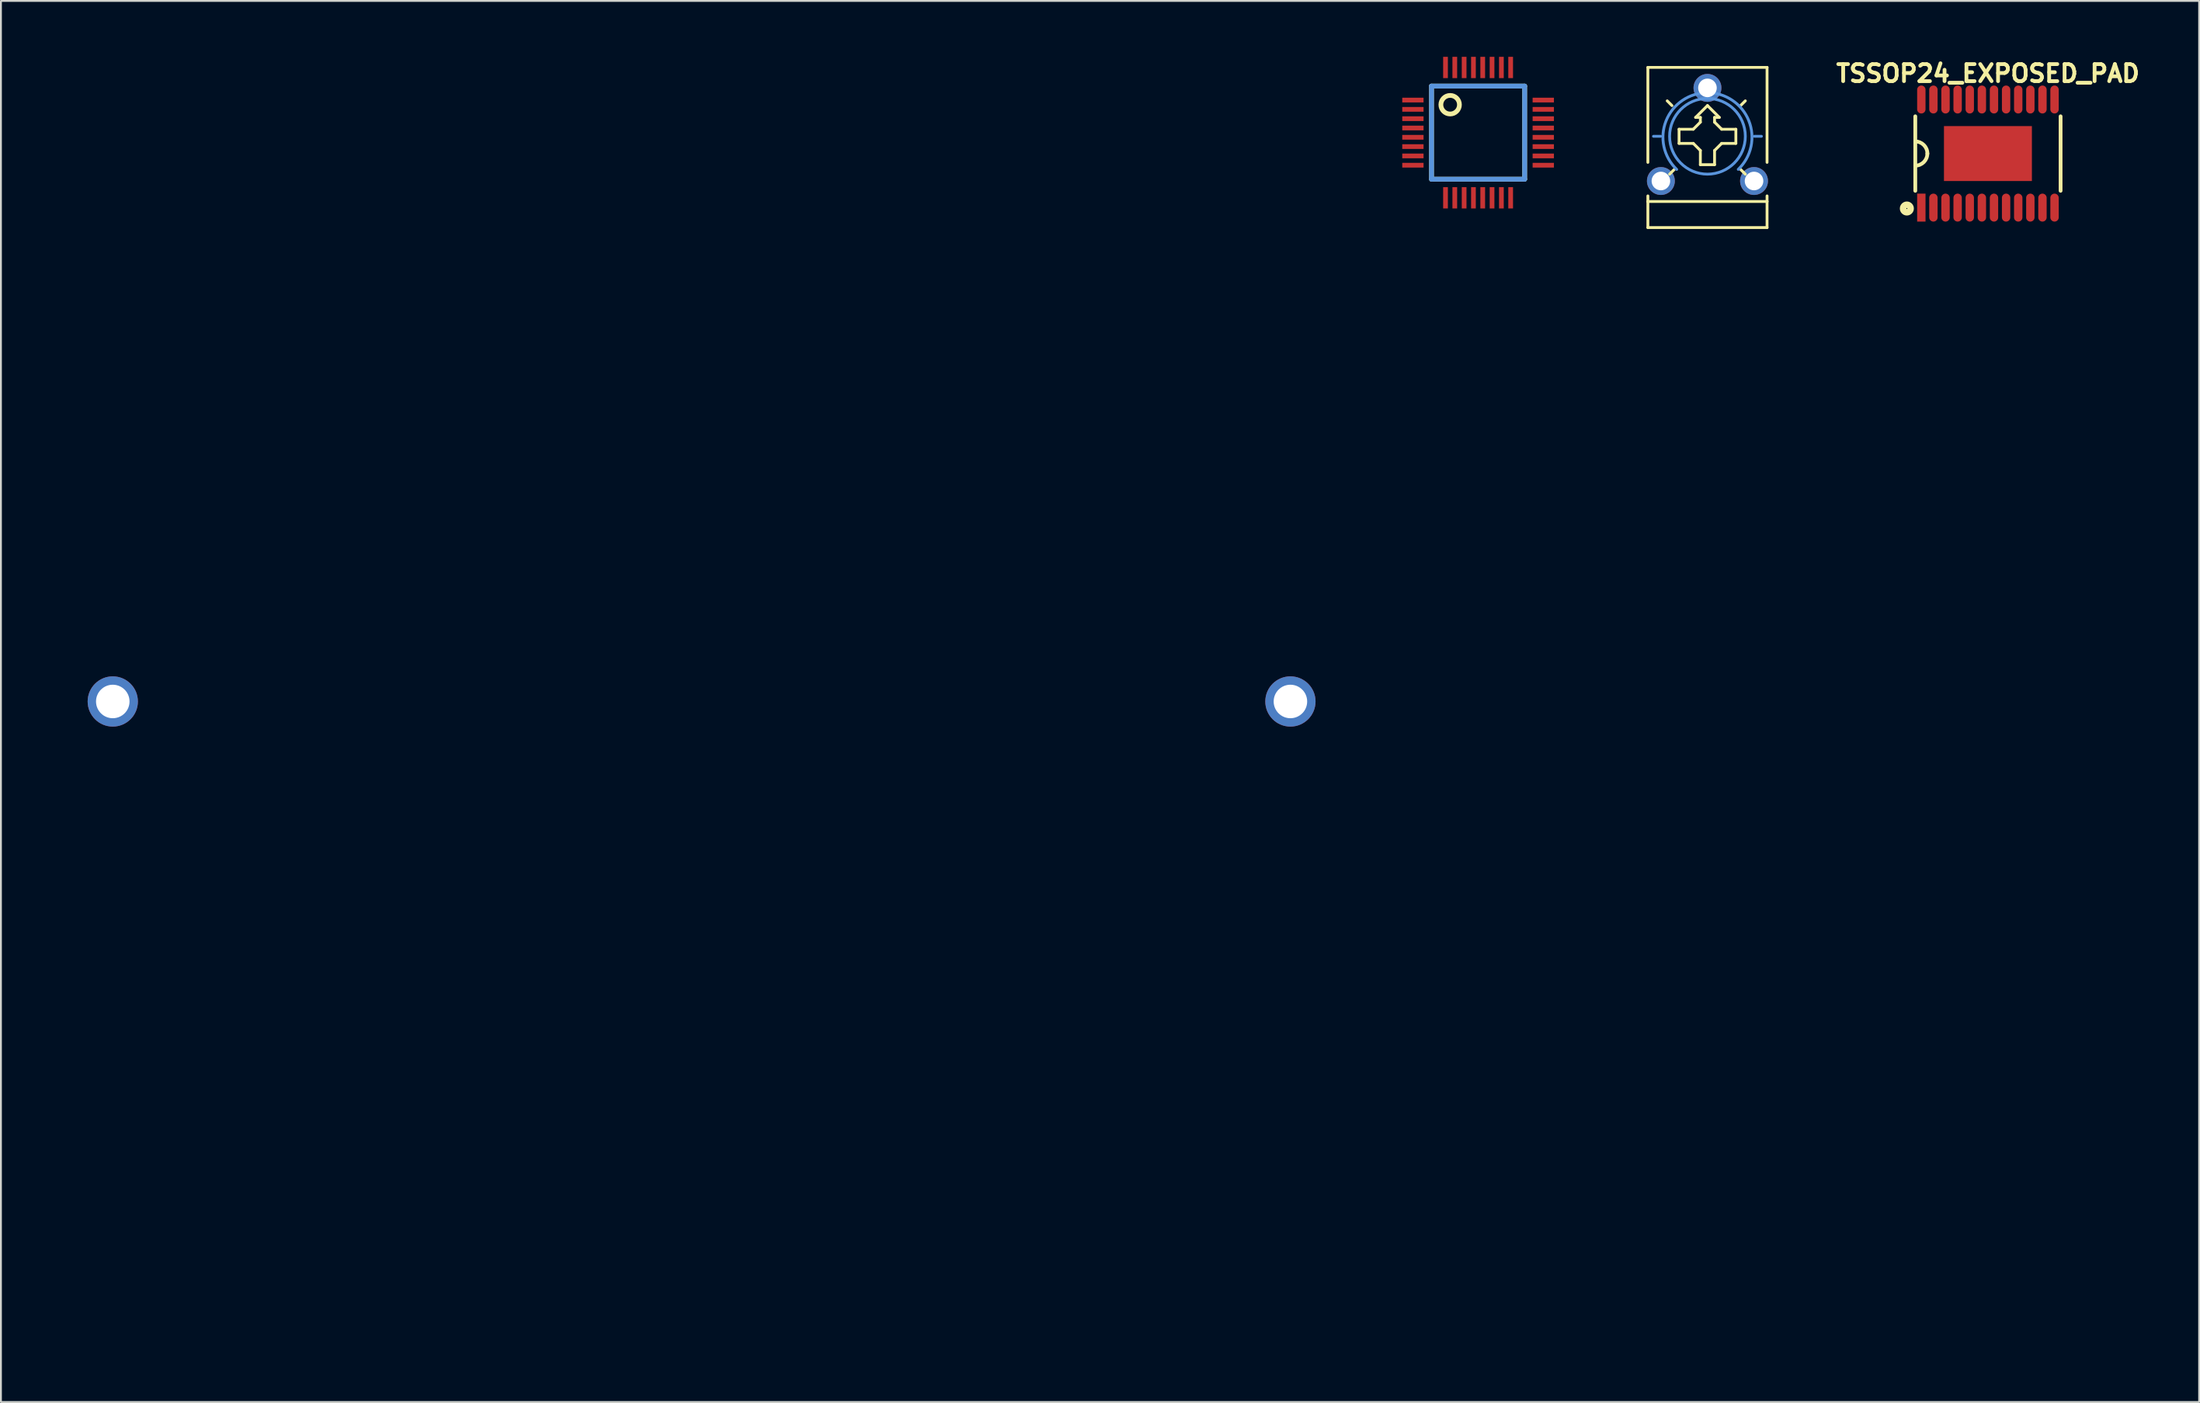
<source format=kicad_pcb>
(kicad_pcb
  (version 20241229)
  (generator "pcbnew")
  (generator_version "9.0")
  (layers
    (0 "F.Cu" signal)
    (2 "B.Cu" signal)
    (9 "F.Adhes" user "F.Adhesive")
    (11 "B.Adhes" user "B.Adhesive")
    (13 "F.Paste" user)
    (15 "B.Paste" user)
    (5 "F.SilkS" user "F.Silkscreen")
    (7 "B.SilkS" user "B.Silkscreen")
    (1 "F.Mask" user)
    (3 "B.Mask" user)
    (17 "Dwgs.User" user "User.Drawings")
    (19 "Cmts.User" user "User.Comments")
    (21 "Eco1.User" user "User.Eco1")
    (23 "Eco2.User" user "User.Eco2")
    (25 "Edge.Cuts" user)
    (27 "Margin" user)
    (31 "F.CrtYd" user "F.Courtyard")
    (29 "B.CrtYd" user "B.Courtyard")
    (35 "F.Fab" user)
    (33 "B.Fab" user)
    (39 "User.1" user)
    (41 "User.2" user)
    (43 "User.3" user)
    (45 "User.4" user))
  (footprint "TSSOP24_EXPOSED_PAD"
    (layer "F.Cu")
    (at 103.629 5.192)
    (property "Reference" "TSSOP24_EXPOSED_PAD" (at 0 -4.3 0) (layer "F.SilkS") (effects (font (size 0.914 0.914) (thickness 0.203))))
    (attr smd)
    (fp_line (start -3.899 -1.999) (end -3.899 1.999) (stroke (width 0.201) (type solid)) (layer "F.SilkS"))
    (fp_line (start 3.899 -1.999) (end 3.899 1.999) (stroke (width 0.201) (type solid)) (layer "F.SilkS"))
    (fp_arc (start -3.8989 -0.65024) (mid -3.439111 -0.459789) (end -3.24866 0) (stroke (width 0.20066) (type solid)) (layer "F.SilkS"))
    (fp_arc (start -3.2512 0) (mid -3.440907 0.457993) (end -3.8989 0.6477) (stroke (width 0.20066) (type solid)) (layer "F.SilkS"))
    (fp_circle (center -4.351 2.949) (end -4.15 2.949) (stroke (width 0.351) (type solid)) (fill no) (layer "F.SilkS"))
    (pad "1" smd rect (at -3.574 2.901) (size 0.45 1.501) (layers "F.Cu" "F.Mask" "F.Paste"))
    (pad "2" smd oval (at -2.926 2.901) (size 0.45 1.501) (layers "F.Cu" "F.Mask" "F.Paste"))
    (pad "3" smd oval (at -2.276 2.901) (size 0.45 1.501) (layers "F.Cu" "F.Mask" "F.Paste"))
    (pad "4" smd oval (at -1.626 2.901) (size 0.45 1.501) (layers "F.Cu" "F.Mask" "F.Paste"))
    (pad "5" smd oval (at -0.975 2.901) (size 0.45 1.501) (layers "F.Cu" "F.Mask" "F.Paste"))
    (pad "6" smd oval (at -0.325 2.901) (size 0.45 1.501) (layers "F.Cu" "F.Mask" "F.Paste"))
    (pad "7" smd oval (at 0.325 2.901) (size 0.45 1.501) (layers "F.Cu" "F.Mask" "F.Paste"))
    (pad "8" smd oval (at 0.975 2.901) (size 0.45 1.501) (layers "F.Cu" "F.Mask" "F.Paste"))
    (pad "9" smd oval (at 1.626 2.901) (size 0.45 1.501) (layers "F.Cu" "F.Mask" "F.Paste"))
    (pad "10" smd oval (at 2.276 2.901) (size 0.45 1.501) (layers "F.Cu" "F.Mask" "F.Paste"))
    (pad "11" smd oval (at 2.926 2.901) (size 0.45 1.501) (layers "F.Cu" "F.Mask" "F.Paste"))
    (pad "12" smd oval (at 3.574 2.901) (size 0.45 1.501) (layers "F.Cu" "F.Mask" "F.Paste"))
    (pad "13" smd oval (at 3.574 -2.901) (size 0.45 1.501) (layers "F.Cu" "F.Mask" "F.Paste"))
    (pad "14" smd oval (at 2.926 -2.901) (size 0.45 1.501) (layers "F.Cu" "F.Mask" "F.Paste"))
    (pad "15" smd oval (at 2.276 -2.901) (size 0.45 1.501) (layers "F.Cu" "F.Mask" "F.Paste"))
    (pad "16" smd oval (at 1.626 -2.901) (size 0.45 1.501) (layers "F.Cu" "F.Mask" "F.Paste"))
    (pad "17" smd oval (at 0.975 -2.901) (size 0.45 1.501) (layers "F.Cu" "F.Mask" "F.Paste"))
    (pad "18" smd oval (at 0.325 -2.901) (size 0.45 1.501) (layers "F.Cu" "F.Mask" "F.Paste"))
    (pad "19" smd oval (at -0.325 -2.901) (size 0.45 1.501) (layers "F.Cu" "F.Mask" "F.Paste"))
    (pad "20" smd oval (at -0.975 -2.901) (size 0.45 1.501) (layers "F.Cu" "F.Mask" "F.Paste"))
    (pad "21" smd oval (at -1.626 -2.901) (size 0.45 1.501) (layers "F.Cu" "F.Mask" "F.Paste"))
    (pad "22" smd oval (at -2.276 -2.901) (size 0.45 1.501) (layers "F.Cu" "F.Mask" "F.Paste"))
    (pad "23" smd oval (at -2.926 -2.901) (size 0.45 1.501) (layers "F.Cu" "F.Mask" "F.Paste"))
    (pad "24" smd oval (at -3.574 -2.901) (size 0.45 1.501) (layers "F.Cu" "F.Mask" "F.Paste"))
    (pad "PAD" smd rect (at 0 0) (size 4.719 2.949) (layers "F.Cu" "F.Mask" "F.Paste")))
  (footprint "TJ9-U2"
    (layer "F.Cu")
    (at 34.6 34.6)
    (property "Reference" "TJ9-U2" (at -2.54 0 0) (layer "Eco1.User") (effects (font (size 1.27 1.27) (thickness 0.102))))
    (attr through_hole)
    (fp_circle (center 0 0) (end 34.498 0) (stroke (width 0.203) (type solid)) (fill no) (layer "Eco1.User"))
    (pad "1" thru_hole oval (at -31.598 0) (size 2.697 2.697) (drill 1.798) (layers "*.Cu" "*.Mask"))
    (pad "2" thru_hole oval (at 31.598 0) (size 2.697 2.697) (drill 1.798) (layers "*.Cu" "*.Mask")))
  (footprint "TQFP32-5MM"
    (layer "F.Cu")
    (at 76.269 4.069)
    (property "Reference" "TQFP32-5MM" (at 0 0 0) (layer "Cmts.User") (effects (font (size 0.001 0.001) (thickness 0.000001))))
    (attr through_hole)
    (fp_line (start -2.499 -2.499) (end -2.499 2.499) (stroke (width 0.254) (type solid)) (layer "F.SilkS"))
    (fp_line (start -2.499 2.499) (end 2.499 2.499) (stroke (width 0.254) (type solid)) (layer "F.SilkS"))
    (fp_line (start 2.499 -2.499) (end -2.499 -2.499) (stroke (width 0.254) (type solid)) (layer "F.SilkS"))
    (fp_line (start 2.499 2.499) (end 2.499 -2.499) (stroke (width 0.254) (type solid)) (layer "F.SilkS"))
    (fp_circle (center -1.499 -1.499) (end -1.001 -1.499) (stroke (width 0.254) (type solid)) (fill no) (layer "F.SilkS"))
    (fp_line (start -2.499 -2.499) (end -2.499 2.499) (stroke (width 0.254) (type solid)) (layer "Cmts.User"))
    (fp_line (start -2.499 2.499) (end 2.499 2.499) (stroke (width 0.254) (type solid)) (layer "Cmts.User"))
    (fp_line (start 2.499 -2.499) (end -2.499 -2.499) (stroke (width 0.254) (type solid)) (layer "Cmts.User"))
    (fp_line (start 2.499 2.499) (end 2.499 -2.499) (stroke (width 0.254) (type solid)) (layer "Cmts.User"))
    (pad "1" smd rect (at -3.498 -1.748) (size 1.143 0.254) (layers "F.Cu" "F.Mask" "F.Paste"))
    (pad "2" smd rect (at -3.498 -1.25) (size 1.143 0.254) (layers "F.Cu" "F.Mask" "F.Paste"))
    (pad "3" smd rect (at -3.498 -0.749) (size 1.143 0.254) (layers "F.Cu" "F.Mask" "F.Paste"))
    (pad "4" smd rect (at -3.498 -0.249) (size 1.143 0.254) (layers "F.Cu" "F.Mask" "F.Paste"))
    (pad "5" smd rect (at -3.498 0.249) (size 1.143 0.254) (layers "F.Cu" "F.Mask" "F.Paste"))
    (pad "6" smd rect (at -3.498 0.749) (size 1.143 0.254) (layers "F.Cu" "F.Mask" "F.Paste"))
    (pad "7" smd rect (at -3.498 1.25) (size 1.143 0.254) (layers "F.Cu" "F.Mask" "F.Paste"))
    (pad "8" smd rect (at -3.498 1.748) (size 1.143 0.254) (layers "F.Cu" "F.Mask" "F.Paste"))
    (pad "9" smd rect (at -1.748 3.498 90) (size 1.143 0.254) (layers "F.Cu" "F.Mask" "F.Paste"))
    (pad "10" smd rect (at -1.25 3.498 90) (size 1.143 0.254) (layers "F.Cu" "F.Mask" "F.Paste"))
    (pad "11" smd rect (at -0.749 3.498 90) (size 1.143 0.254) (layers "F.Cu" "F.Mask" "F.Paste"))
    (pad "12" smd rect (at -0.249 3.498 90) (size 1.143 0.254) (layers "F.Cu" "F.Mask" "F.Paste"))
    (pad "13" smd rect (at 0.249 3.498 90) (size 1.143 0.254) (layers "F.Cu" "F.Mask" "F.Paste"))
    (pad "14" smd rect (at 0.749 3.498 90) (size 1.143 0.254) (layers "F.Cu" "F.Mask" "F.Paste"))
    (pad "15" smd rect (at 1.25 3.498 90) (size 1.143 0.254) (layers "F.Cu" "F.Mask" "F.Paste"))
    (pad "16" smd rect (at 1.748 3.498 90) (size 1.143 0.254) (layers "F.Cu" "F.Mask" "F.Paste"))
    (pad "17" smd rect (at 3.498 1.748 180) (size 1.143 0.254) (layers "F.Cu" "F.Mask" "F.Paste"))
    (pad "18" smd rect (at 3.498 1.25 180) (size 1.143 0.254) (layers "F.Cu" "F.Mask" "F.Paste"))
    (pad "19" smd rect (at 3.498 0.749 180) (size 1.143 0.254) (layers "F.Cu" "F.Mask" "F.Paste"))
    (pad "20" smd rect (at 3.498 0.249 180) (size 1.143 0.254) (layers "F.Cu" "F.Mask" "F.Paste"))
    (pad "21" smd rect (at 3.498 -0.249 180) (size 1.143 0.254) (layers "F.Cu" "F.Mask" "F.Paste"))
    (pad "22" smd rect (at 3.498 -0.749 180) (size 1.143 0.254) (layers "F.Cu" "F.Mask" "F.Paste"))
    (pad "23" smd rect (at 3.498 -1.25 180) (size 1.143 0.254) (layers "F.Cu" "F.Mask" "F.Paste"))
    (pad "24" smd rect (at 3.498 -1.748 180) (size 1.143 0.254) (layers "F.Cu" "F.Mask" "F.Paste"))
    (pad "25" smd rect (at 1.748 -3.498 270) (size 1.143 0.254) (layers "F.Cu" "F.Mask" "F.Paste"))
    (pad "26" smd rect (at 1.25 -3.498 270) (size 1.143 0.254) (layers "F.Cu" "F.Mask" "F.Paste"))
    (pad "27" smd rect (at 0.749 -3.498 270) (size 1.143 0.254) (layers "F.Cu" "F.Mask" "F.Paste"))
    (pad "28" smd rect (at 0.249 -3.498 270) (size 1.143 0.254) (layers "F.Cu" "F.Mask" "F.Paste"))
    (pad "29" smd rect (at -0.249 -3.498 270) (size 1.143 0.254) (layers "F.Cu" "F.Mask" "F.Paste"))
    (pad "30" smd rect (at -0.749 -3.498 270) (size 1.143 0.254) (layers "F.Cu" "F.Mask" "F.Paste"))
    (pad "31" smd rect (at -1.25 -3.498 270) (size 1.143 0.254) (layers "F.Cu" "F.Mask" "F.Paste"))
    (pad "32" smd rect (at -1.748 -3.498 270) (size 1.143 0.254) (layers "F.Cu" "F.Mask" "F.Paste")))
  (footprint "TRIM_POT"
    (layer "F.Cu")
    (at 88.578 4.166)
    (property "Reference" "TRIM_POT" (at -0.762 -3.2 0) (layer "Eco1.User") (effects (font (size 1.27 1.27) (thickness 0.127))))
    (attr through_hole)
    (fp_line (start -3.198 -3.599) (end -3.198 1.499) (stroke (width 0.152) (type solid)) (layer "F.SilkS"))
    (fp_line (start -3.198 -3.599) (end 3.198 -3.599) (stroke (width 0.152) (type solid)) (layer "F.SilkS"))
    (fp_line (start -3.198 3.299) (end -3.198 3.599) (stroke (width 0.152) (type solid)) (layer "F.SilkS"))
    (fp_line (start -3.198 3.599) (end -3.198 4.999) (stroke (width 0.152) (type solid)) (layer "F.SilkS"))
    (fp_line (start -3.198 3.599) (end 3.198 3.599) (stroke (width 0.152) (type solid)) (layer "F.SilkS"))
    (fp_line (start -3.198 4.999) (end 3.198 4.999) (stroke (width 0.152) (type solid)) (layer "F.SilkS"))
    (fp_line (start -1.905 -1.549) (end -2.159 -1.803) (stroke (width 0.152) (type solid)) (layer "F.SilkS"))
    (fp_line (start -1.778 1.877) (end -2.032 2.131) (stroke (width 0.152) (type solid)) (layer "F.SilkS"))
    (fp_line (start -1.524 -0.279) (end -1.524 0.48) (stroke (width 0.152) (type solid)) (layer "F.SilkS"))
    (fp_line (start -1.524 0.48) (end -0.762 0.48) (stroke (width 0.152) (type solid)) (layer "F.SilkS"))
    (fp_line (start -0.762 -0.279) (end -1.524 -0.279) (stroke (width 0.152) (type solid)) (layer "F.SilkS"))
    (fp_line (start -0.635 -0.914) (end -0.381 -0.914) (stroke (width 0.152) (type solid)) (layer "F.SilkS"))
    (fp_line (start -0.381 -0.914) (end -0.381 -0.66) (stroke (width 0.152) (type solid)) (layer "F.SilkS"))
    (fp_line (start -0.381 -0.66) (end -0.762 -0.279) (stroke (width 0.152) (type solid)) (layer "F.SilkS"))
    (fp_line (start -0.381 0.861) (end -0.762 0.48) (stroke (width 0.152) (type solid)) (layer "F.SilkS"))
    (fp_line (start -0.381 0.861) (end -0.381 1.623) (stroke (width 0.152) (type solid)) (layer "F.SilkS"))
    (fp_line (start -0.381 1.623) (end 0.381 1.623) (stroke (width 0.152) (type solid)) (layer "F.SilkS"))
    (fp_line (start 0 -2.362) (end 0 -2.743) (stroke (width 0.152) (type solid)) (layer "F.SilkS"))
    (fp_line (start 0 -1.549) (end -0.635 -0.914) (stroke (width 0.152) (type solid)) (layer "F.SilkS"))
    (fp_line (start 0.381 -0.914) (end 0.635 -0.914) (stroke (width 0.152) (type solid)) (layer "F.SilkS"))
    (fp_line (start 0.381 -0.66) (end 0.381 -0.914) (stroke (width 0.152) (type solid)) (layer "F.SilkS"))
    (fp_line (start 0.381 0.861) (end 0.762 0.48) (stroke (width 0.152) (type solid)) (layer "F.SilkS"))
    (fp_line (start 0.381 1.623) (end 0.381 0.861) (stroke (width 0.152) (type solid)) (layer "F.SilkS"))
    (fp_line (start 0.635 -0.914) (end 0 -1.549) (stroke (width 0.152) (type solid)) (layer "F.SilkS"))
    (fp_line (start 0.762 -0.279) (end 0.381 -0.66) (stroke (width 0.152) (type solid)) (layer "F.SilkS"))
    (fp_line (start 0.762 0.48) (end 1.524 0.48) (stroke (width 0.152) (type solid)) (layer "F.SilkS"))
    (fp_line (start 1.524 -0.279) (end 0.762 -0.279) (stroke (width 0.152) (type solid)) (layer "F.SilkS"))
    (fp_line (start 1.524 0.48) (end 1.524 -0.279) (stroke (width 0.152) (type solid)) (layer "F.SilkS"))
    (fp_line (start 1.778 -1.549) (end 2.032 -1.803) (stroke (width 0.152) (type solid)) (layer "F.SilkS"))
    (fp_line (start 1.778 1.877) (end 2.032 2.131) (stroke (width 0.152) (type solid)) (layer "F.SilkS"))
    (fp_line (start 3.198 1.499) (end 3.198 -3.599) (stroke (width 0.152) (type solid)) (layer "F.SilkS"))
    (fp_line (start 3.198 3.599) (end 3.198 3.299) (stroke (width 0.152) (type solid)) (layer "F.SilkS"))
    (fp_line (start 3.198 3.599) (end 3.198 4.999) (stroke (width 0.152) (type solid)) (layer "F.SilkS"))
    (fp_line (start -2.515 0.099) (end -2.896 0.099) (stroke (width 0.152) (type solid)) (layer "Cmts.User"))
    (fp_line (start 2.515 0.099) (end 2.896 0.099) (stroke (width 0.152) (type solid)) (layer "Cmts.User"))
    (fp_arc (start -1.651 1.87706) (mid -0.001758 -2.239495) (end 1.65354 1.874628) (stroke (width 0.1524) (type solid)) (layer "Cmts.User"))
    (fp_circle (center 0 0.099) (end 2.032 0.099) (stroke (width 0.152) (type solid)) (fill no) (layer "Cmts.User"))
    (pad "1" thru_hole oval (at -2.499 2.499) (size 1.496 1.496) (drill 0.998) (layers "*.Cu" "*.Mask"))
    (pad "2" thru_hole oval (at 2.499 2.499) (size 1.496 1.496) (drill 0.998) (layers "*.Cu" "*.Mask"))
    (pad "W" thru_hole oval (at 0 -2.499) (size 1.496 1.496) (drill 0.998) (layers "*.Cu" "*.Mask")))
  (gr_rect
    (start -3 -3)
    (end 114.963 72.2)
    (stroke (width 0.1) (type default))
    (fill no)
    (layer "Edge.Cuts")))
</source>
